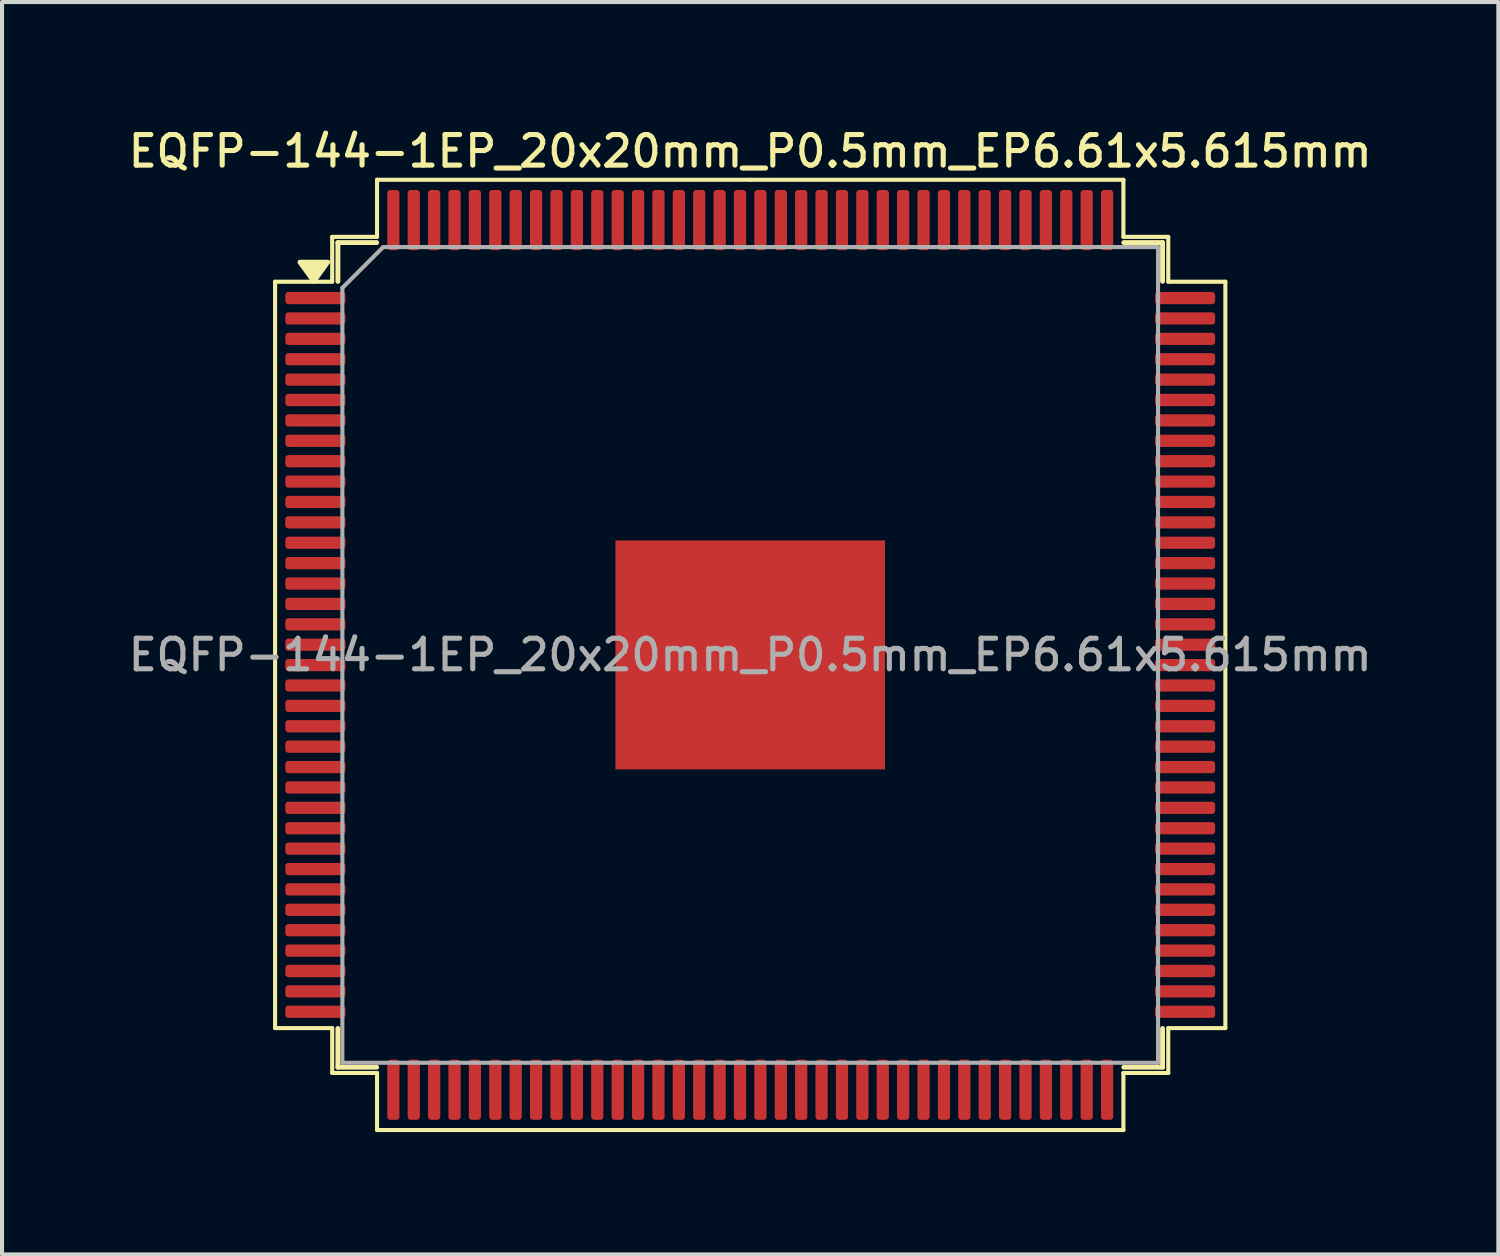
<source format=kicad_pcb>
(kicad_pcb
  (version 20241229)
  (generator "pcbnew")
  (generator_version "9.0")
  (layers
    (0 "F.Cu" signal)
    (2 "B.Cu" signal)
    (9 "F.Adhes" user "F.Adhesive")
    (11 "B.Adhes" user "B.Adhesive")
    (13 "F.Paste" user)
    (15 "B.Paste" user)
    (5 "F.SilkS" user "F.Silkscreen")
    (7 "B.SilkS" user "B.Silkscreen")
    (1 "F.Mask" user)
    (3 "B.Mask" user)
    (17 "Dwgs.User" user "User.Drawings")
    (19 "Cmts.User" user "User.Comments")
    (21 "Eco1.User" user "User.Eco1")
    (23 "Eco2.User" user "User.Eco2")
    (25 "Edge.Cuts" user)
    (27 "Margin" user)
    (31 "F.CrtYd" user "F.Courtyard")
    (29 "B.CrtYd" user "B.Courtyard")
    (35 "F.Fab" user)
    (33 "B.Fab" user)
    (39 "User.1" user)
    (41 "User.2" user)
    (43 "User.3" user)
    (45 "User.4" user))
  (footprint "EQFP-144-1EP_20x20mm_P0.5mm_EP6.61x5.615mm"
    (layer "F.Cu")
    (at 15.345 13.008)
    (property "Reference" "EQFP-144-1EP_20x20mm_P0.5mm_EP6.61x5.615mm" (at 0 -12.35 0) (layer "F.SilkS") (effects (font (size 0.75 0.75) (thickness 0.125))))
    (attr smd)
    (fp_line (start -11.65 -9.15) (end -11.65 0) (stroke (width 0.1) (type solid)) (layer "F.SilkS"))
    (fp_line (start -11.65 9.15) (end -11.65 0) (stroke (width 0.1) (type solid)) (layer "F.SilkS"))
    (fp_line (start -10.25 -10.25) (end -10.25 -9.15) (stroke (width 0.1) (type solid)) (layer "F.SilkS"))
    (fp_line (start -10.25 -9.15) (end -11.65 -9.15) (stroke (width 0.1) (type solid)) (layer "F.SilkS"))
    (fp_line (start -10.25 9.15) (end -11.65 9.15) (stroke (width 0.1) (type solid)) (layer "F.SilkS"))
    (fp_line (start -10.25 10.25) (end -10.25 9.15) (stroke (width 0.1) (type solid)) (layer "F.SilkS"))
    (fp_line (start -10.11 -10.11) (end -10.11 -9.16) (stroke (width 0.12) (type solid)) (layer "F.SilkS"))
    (fp_line (start -10.11 10.11) (end -10.11 9.16) (stroke (width 0.12) (type solid)) (layer "F.SilkS"))
    (fp_line (start -9.16 -10.11) (end -10.11 -10.11) (stroke (width 0.12) (type solid)) (layer "F.SilkS"))
    (fp_line (start -9.16 10.11) (end -10.11 10.11) (stroke (width 0.12) (type solid)) (layer "F.SilkS"))
    (fp_line (start -9.15 -11.65) (end -9.15 -10.25) (stroke (width 0.1) (type solid)) (layer "F.SilkS"))
    (fp_line (start -9.15 -10.25) (end -10.25 -10.25) (stroke (width 0.1) (type solid)) (layer "F.SilkS"))
    (fp_line (start -9.15 10.25) (end -10.25 10.25) (stroke (width 0.1) (type solid)) (layer "F.SilkS"))
    (fp_line (start -9.15 11.65) (end -9.15 10.25) (stroke (width 0.1) (type solid)) (layer "F.SilkS"))
    (fp_line (start 0 -11.65) (end -9.15 -11.65) (stroke (width 0.1) (type solid)) (layer "F.SilkS"))
    (fp_line (start 0 -11.65) (end 9.15 -11.65) (stroke (width 0.1) (type solid)) (layer "F.SilkS"))
    (fp_line (start 0 11.65) (end -9.15 11.65) (stroke (width 0.1) (type solid)) (layer "F.SilkS"))
    (fp_line (start 0 11.65) (end 9.15 11.65) (stroke (width 0.1) (type solid)) (layer "F.SilkS"))
    (fp_line (start 9.15 -11.65) (end 9.15 -10.25) (stroke (width 0.1) (type solid)) (layer "F.SilkS"))
    (fp_line (start 9.15 -10.25) (end 10.25 -10.25) (stroke (width 0.1) (type solid)) (layer "F.SilkS"))
    (fp_line (start 9.15 10.25) (end 10.25 10.25) (stroke (width 0.1) (type solid)) (layer "F.SilkS"))
    (fp_line (start 9.15 11.65) (end 9.15 10.25) (stroke (width 0.1) (type solid)) (layer "F.SilkS"))
    (fp_line (start 9.16 -10.11) (end 10.11 -10.11) (stroke (width 0.12) (type solid)) (layer "F.SilkS"))
    (fp_line (start 9.16 10.11) (end 10.11 10.11) (stroke (width 0.12) (type solid)) (layer "F.SilkS"))
    (fp_line (start 10.11 -10.11) (end 10.11 -9.16) (stroke (width 0.12) (type solid)) (layer "F.SilkS"))
    (fp_line (start 10.11 10.11) (end 10.11 9.16) (stroke (width 0.12) (type solid)) (layer "F.SilkS"))
    (fp_line (start 10.25 -10.25) (end 10.25 -9.15) (stroke (width 0.1) (type solid)) (layer "F.SilkS"))
    (fp_line (start 10.25 -9.15) (end 11.65 -9.15) (stroke (width 0.1) (type solid)) (layer "F.SilkS"))
    (fp_line (start 10.25 9.15) (end 11.65 9.15) (stroke (width 0.1) (type solid)) (layer "F.SilkS"))
    (fp_line (start 10.25 10.25) (end 10.25 9.15) (stroke (width 0.1) (type solid)) (layer "F.SilkS"))
    (fp_line (start 11.65 -9.15) (end 11.65 0) (stroke (width 0.1) (type solid)) (layer "F.SilkS"))
    (fp_line (start 11.65 9.15) (end 11.65 0) (stroke (width 0.1) (type solid)) (layer "F.SilkS"))
    (fp_poly (pts (xy -10.7 -9.16) (xy -11.04 -9.63) (xy -10.36 -9.63) (xy -10.7 -9.16)) (stroke (width 0.12) (type solid)) (fill yes) (layer "F.SilkS"))
    (fp_line (start -10 -9) (end -9 -10) (stroke (width 0.1) (type solid)) (layer "F.Fab"))
    (fp_line (start -10 10) (end -10 -9) (stroke (width 0.1) (type solid)) (layer "F.Fab"))
    (fp_line (start -9 -10) (end 10 -10) (stroke (width 0.1) (type solid)) (layer "F.Fab"))
    (fp_line (start 10 -10) (end 10 10) (stroke (width 0.1) (type solid)) (layer "F.Fab"))
    (fp_line (start 10 10) (end -10 10) (stroke (width 0.1) (type solid)) (layer "F.Fab"))
    (fp_text user "${REFERENCE}" (at 0 0 0) (layer "F.Fab") (effects (font (size 0.75 0.75) (thickness 0.125))))
    (pad "" smd roundrect (at -2.64 -2.1) (size 1.07 1.13) (layers "F.Paste") (roundrect_rratio 0.234))
    (pad "" smd roundrect (at -2.64 -0.7) (size 1.07 1.13) (layers "F.Paste") (roundrect_rratio 0.234))
    (pad "" smd roundrect (at -2.64 0.7) (size 1.07 1.13) (layers "F.Paste") (roundrect_rratio 0.234))
    (pad "" smd roundrect (at -2.64 2.1) (size 1.07 1.13) (layers "F.Paste") (roundrect_rratio 0.234))
    (pad "" smd roundrect (at -1.32 -2.1) (size 1.07 1.13) (layers "F.Paste") (roundrect_rratio 0.234))
    (pad "" smd roundrect (at -1.32 -0.7) (size 1.07 1.13) (layers "F.Paste") (roundrect_rratio 0.234))
    (pad "" smd roundrect (at -1.32 0.7) (size 1.07 1.13) (layers "F.Paste") (roundrect_rratio 0.234))
    (pad "" smd roundrect (at -1.32 2.1) (size 1.07 1.13) (layers "F.Paste") (roundrect_rratio 0.234))
    (pad "" smd roundrect (at 0 -2.1) (size 1.07 1.13) (layers "F.Paste") (roundrect_rratio 0.234))
    (pad "" smd roundrect (at 0 -0.7) (size 1.07 1.13) (layers "F.Paste") (roundrect_rratio 0.234))
    (pad "" smd roundrect (at 0 0.7) (size 1.07 1.13) (layers "F.Paste") (roundrect_rratio 0.234))
    (pad "" smd roundrect (at 0 2.1) (size 1.07 1.13) (layers "F.Paste") (roundrect_rratio 0.234))
    (pad "" smd roundrect (at 1.32 -2.1) (size 1.07 1.13) (layers "F.Paste") (roundrect_rratio 0.234))
    (pad "" smd roundrect (at 1.32 -0.7) (size 1.07 1.13) (layers "F.Paste") (roundrect_rratio 0.234))
    (pad "" smd roundrect (at 1.32 0.7) (size 1.07 1.13) (layers "F.Paste") (roundrect_rratio 0.234))
    (pad "" smd roundrect (at 1.32 2.1) (size 1.07 1.13) (layers "F.Paste") (roundrect_rratio 0.234))
    (pad "" smd roundrect (at 2.64 -2.1) (size 1.07 1.13) (layers "F.Paste") (roundrect_rratio 0.234))
    (pad "" smd roundrect (at 2.64 -0.7) (size 1.07 1.13) (layers "F.Paste") (roundrect_rratio 0.234))
    (pad "" smd roundrect (at 2.64 0.7) (size 1.07 1.13) (layers "F.Paste") (roundrect_rratio 0.234))
    (pad "" smd roundrect (at 2.64 2.1) (size 1.07 1.13) (layers "F.Paste") (roundrect_rratio 0.234))
    (pad "1" smd roundrect (at -10.662 -8.75) (size 1.475 0.3) (layers "F.Cu" "F.Mask" "F.Paste") (roundrect_rratio 0.25))
    (pad "2" smd roundrect (at -10.662 -8.25) (size 1.475 0.3) (layers "F.Cu" "F.Mask" "F.Paste") (roundrect_rratio 0.25))
    (pad "3" smd roundrect (at -10.662 -7.75) (size 1.475 0.3) (layers "F.Cu" "F.Mask" "F.Paste") (roundrect_rratio 0.25))
    (pad "4" smd roundrect (at -10.662 -7.25) (size 1.475 0.3) (layers "F.Cu" "F.Mask" "F.Paste") (roundrect_rratio 0.25))
    (pad "5" smd roundrect (at -10.662 -6.75) (size 1.475 0.3) (layers "F.Cu" "F.Mask" "F.Paste") (roundrect_rratio 0.25))
    (pad "6" smd roundrect (at -10.662 -6.25) (size 1.475 0.3) (layers "F.Cu" "F.Mask" "F.Paste") (roundrect_rratio 0.25))
    (pad "7" smd roundrect (at -10.662 -5.75) (size 1.475 0.3) (layers "F.Cu" "F.Mask" "F.Paste") (roundrect_rratio 0.25))
    (pad "8" smd roundrect (at -10.662 -5.25) (size 1.475 0.3) (layers "F.Cu" "F.Mask" "F.Paste") (roundrect_rratio 0.25))
    (pad "9" smd roundrect (at -10.662 -4.75) (size 1.475 0.3) (layers "F.Cu" "F.Mask" "F.Paste") (roundrect_rratio 0.25))
    (pad "10" smd roundrect (at -10.662 -4.25) (size 1.475 0.3) (layers "F.Cu" "F.Mask" "F.Paste") (roundrect_rratio 0.25))
    (pad "11" smd roundrect (at -10.662 -3.75) (size 1.475 0.3) (layers "F.Cu" "F.Mask" "F.Paste") (roundrect_rratio 0.25))
    (pad "12" smd roundrect (at -10.662 -3.25) (size 1.475 0.3) (layers "F.Cu" "F.Mask" "F.Paste") (roundrect_rratio 0.25))
    (pad "13" smd roundrect (at -10.662 -2.75) (size 1.475 0.3) (layers "F.Cu" "F.Mask" "F.Paste") (roundrect_rratio 0.25))
    (pad "14" smd roundrect (at -10.662 -2.25) (size 1.475 0.3) (layers "F.Cu" "F.Mask" "F.Paste") (roundrect_rratio 0.25))
    (pad "15" smd roundrect (at -10.662 -1.75) (size 1.475 0.3) (layers "F.Cu" "F.Mask" "F.Paste") (roundrect_rratio 0.25))
    (pad "16" smd roundrect (at -10.662 -1.25) (size 1.475 0.3) (layers "F.Cu" "F.Mask" "F.Paste") (roundrect_rratio 0.25))
    (pad "17" smd roundrect (at -10.662 -0.75) (size 1.475 0.3) (layers "F.Cu" "F.Mask" "F.Paste") (roundrect_rratio 0.25))
    (pad "18" smd roundrect (at -10.662 -0.25) (size 1.475 0.3) (layers "F.Cu" "F.Mask" "F.Paste") (roundrect_rratio 0.25))
    (pad "19" smd roundrect (at -10.662 0.25) (size 1.475 0.3) (layers "F.Cu" "F.Mask" "F.Paste") (roundrect_rratio 0.25))
    (pad "20" smd roundrect (at -10.662 0.75) (size 1.475 0.3) (layers "F.Cu" "F.Mask" "F.Paste") (roundrect_rratio 0.25))
    (pad "21" smd roundrect (at -10.662 1.25) (size 1.475 0.3) (layers "F.Cu" "F.Mask" "F.Paste") (roundrect_rratio 0.25))
    (pad "22" smd roundrect (at -10.662 1.75) (size 1.475 0.3) (layers "F.Cu" "F.Mask" "F.Paste") (roundrect_rratio 0.25))
    (pad "23" smd roundrect (at -10.662 2.25) (size 1.475 0.3) (layers "F.Cu" "F.Mask" "F.Paste") (roundrect_rratio 0.25))
    (pad "24" smd roundrect (at -10.662 2.75) (size 1.475 0.3) (layers "F.Cu" "F.Mask" "F.Paste") (roundrect_rratio 0.25))
    (pad "25" smd roundrect (at -10.662 3.25) (size 1.475 0.3) (layers "F.Cu" "F.Mask" "F.Paste") (roundrect_rratio 0.25))
    (pad "26" smd roundrect (at -10.662 3.75) (size 1.475 0.3) (layers "F.Cu" "F.Mask" "F.Paste") (roundrect_rratio 0.25))
    (pad "27" smd roundrect (at -10.662 4.25) (size 1.475 0.3) (layers "F.Cu" "F.Mask" "F.Paste") (roundrect_rratio 0.25))
    (pad "28" smd roundrect (at -10.662 4.75) (size 1.475 0.3) (layers "F.Cu" "F.Mask" "F.Paste") (roundrect_rratio 0.25))
    (pad "29" smd roundrect (at -10.662 5.25) (size 1.475 0.3) (layers "F.Cu" "F.Mask" "F.Paste") (roundrect_rratio 0.25))
    (pad "30" smd roundrect (at -10.662 5.75) (size 1.475 0.3) (layers "F.Cu" "F.Mask" "F.Paste") (roundrect_rratio 0.25))
    (pad "31" smd roundrect (at -10.662 6.25) (size 1.475 0.3) (layers "F.Cu" "F.Mask" "F.Paste") (roundrect_rratio 0.25))
    (pad "32" smd roundrect (at -10.662 6.75) (size 1.475 0.3) (layers "F.Cu" "F.Mask" "F.Paste") (roundrect_rratio 0.25))
    (pad "33" smd roundrect (at -10.662 7.25) (size 1.475 0.3) (layers "F.Cu" "F.Mask" "F.Paste") (roundrect_rratio 0.25))
    (pad "34" smd roundrect (at -10.662 7.75) (size 1.475 0.3) (layers "F.Cu" "F.Mask" "F.Paste") (roundrect_rratio 0.25))
    (pad "35" smd roundrect (at -10.662 8.25) (size 1.475 0.3) (layers "F.Cu" "F.Mask" "F.Paste") (roundrect_rratio 0.25))
    (pad "36" smd roundrect (at -10.662 8.75) (size 1.475 0.3) (layers "F.Cu" "F.Mask" "F.Paste") (roundrect_rratio 0.25))
    (pad "37" smd roundrect (at -8.75 10.662) (size 0.3 1.475) (layers "F.Cu" "F.Mask" "F.Paste") (roundrect_rratio 0.25))
    (pad "38" smd roundrect (at -8.25 10.662) (size 0.3 1.475) (layers "F.Cu" "F.Mask" "F.Paste") (roundrect_rratio 0.25))
    (pad "39" smd roundrect (at -7.75 10.662) (size 0.3 1.475) (layers "F.Cu" "F.Mask" "F.Paste") (roundrect_rratio 0.25))
    (pad "40" smd roundrect (at -7.25 10.662) (size 0.3 1.475) (layers "F.Cu" "F.Mask" "F.Paste") (roundrect_rratio 0.25))
    (pad "41" smd roundrect (at -6.75 10.662) (size 0.3 1.475) (layers "F.Cu" "F.Mask" "F.Paste") (roundrect_rratio 0.25))
    (pad "42" smd roundrect (at -6.25 10.662) (size 0.3 1.475) (layers "F.Cu" "F.Mask" "F.Paste") (roundrect_rratio 0.25))
    (pad "43" smd roundrect (at -5.75 10.662) (size 0.3 1.475) (layers "F.Cu" "F.Mask" "F.Paste") (roundrect_rratio 0.25))
    (pad "44" smd roundrect (at -5.25 10.662) (size 0.3 1.475) (layers "F.Cu" "F.Mask" "F.Paste") (roundrect_rratio 0.25))
    (pad "45" smd roundrect (at -4.75 10.662) (size 0.3 1.475) (layers "F.Cu" "F.Mask" "F.Paste") (roundrect_rratio 0.25))
    (pad "46" smd roundrect (at -4.25 10.662) (size 0.3 1.475) (layers "F.Cu" "F.Mask" "F.Paste") (roundrect_rratio 0.25))
    (pad "47" smd roundrect (at -3.75 10.662) (size 0.3 1.475) (layers "F.Cu" "F.Mask" "F.Paste") (roundrect_rratio 0.25))
    (pad "48" smd roundrect (at -3.25 10.662) (size 0.3 1.475) (layers "F.Cu" "F.Mask" "F.Paste") (roundrect_rratio 0.25))
    (pad "49" smd roundrect (at -2.75 10.662) (size 0.3 1.475) (layers "F.Cu" "F.Mask" "F.Paste") (roundrect_rratio 0.25))
    (pad "50" smd roundrect (at -2.25 10.662) (size 0.3 1.475) (layers "F.Cu" "F.Mask" "F.Paste") (roundrect_rratio 0.25))
    (pad "51" smd roundrect (at -1.75 10.662) (size 0.3 1.475) (layers "F.Cu" "F.Mask" "F.Paste") (roundrect_rratio 0.25))
    (pad "52" smd roundrect (at -1.25 10.662) (size 0.3 1.475) (layers "F.Cu" "F.Mask" "F.Paste") (roundrect_rratio 0.25))
    (pad "53" smd roundrect (at -0.75 10.662) (size 0.3 1.475) (layers "F.Cu" "F.Mask" "F.Paste") (roundrect_rratio 0.25))
    (pad "54" smd roundrect (at -0.25 10.662) (size 0.3 1.475) (layers "F.Cu" "F.Mask" "F.Paste") (roundrect_rratio 0.25))
    (pad "55" smd roundrect (at 0.25 10.662) (size 0.3 1.475) (layers "F.Cu" "F.Mask" "F.Paste") (roundrect_rratio 0.25))
    (pad "56" smd roundrect (at 0.75 10.662) (size 0.3 1.475) (layers "F.Cu" "F.Mask" "F.Paste") (roundrect_rratio 0.25))
    (pad "57" smd roundrect (at 1.25 10.662) (size 0.3 1.475) (layers "F.Cu" "F.Mask" "F.Paste") (roundrect_rratio 0.25))
    (pad "58" smd roundrect (at 1.75 10.662) (size 0.3 1.475) (layers "F.Cu" "F.Mask" "F.Paste") (roundrect_rratio 0.25))
    (pad "59" smd roundrect (at 2.25 10.662) (size 0.3 1.475) (layers "F.Cu" "F.Mask" "F.Paste") (roundrect_rratio 0.25))
    (pad "60" smd roundrect (at 2.75 10.662) (size 0.3 1.475) (layers "F.Cu" "F.Mask" "F.Paste") (roundrect_rratio 0.25))
    (pad "61" smd roundrect (at 3.25 10.662) (size 0.3 1.475) (layers "F.Cu" "F.Mask" "F.Paste") (roundrect_rratio 0.25))
    (pad "62" smd roundrect (at 3.75 10.662) (size 0.3 1.475) (layers "F.Cu" "F.Mask" "F.Paste") (roundrect_rratio 0.25))
    (pad "63" smd roundrect (at 4.25 10.662) (size 0.3 1.475) (layers "F.Cu" "F.Mask" "F.Paste") (roundrect_rratio 0.25))
    (pad "64" smd roundrect (at 4.75 10.662) (size 0.3 1.475) (layers "F.Cu" "F.Mask" "F.Paste") (roundrect_rratio 0.25))
    (pad "65" smd roundrect (at 5.25 10.662) (size 0.3 1.475) (layers "F.Cu" "F.Mask" "F.Paste") (roundrect_rratio 0.25))
    (pad "66" smd roundrect (at 5.75 10.662) (size 0.3 1.475) (layers "F.Cu" "F.Mask" "F.Paste") (roundrect_rratio 0.25))
    (pad "67" smd roundrect (at 6.25 10.662) (size 0.3 1.475) (layers "F.Cu" "F.Mask" "F.Paste") (roundrect_rratio 0.25))
    (pad "68" smd roundrect (at 6.75 10.662) (size 0.3 1.475) (layers "F.Cu" "F.Mask" "F.Paste") (roundrect_rratio 0.25))
    (pad "69" smd roundrect (at 7.25 10.662) (size 0.3 1.475) (layers "F.Cu" "F.Mask" "F.Paste") (roundrect_rratio 0.25))
    (pad "70" smd roundrect (at 7.75 10.662) (size 0.3 1.475) (layers "F.Cu" "F.Mask" "F.Paste") (roundrect_rratio 0.25))
    (pad "71" smd roundrect (at 8.25 10.662) (size 0.3 1.475) (layers "F.Cu" "F.Mask" "F.Paste") (roundrect_rratio 0.25))
    (pad "72" smd roundrect (at 8.75 10.662) (size 0.3 1.475) (layers "F.Cu" "F.Mask" "F.Paste") (roundrect_rratio 0.25))
    (pad "73" smd roundrect (at 10.662 8.75) (size 1.475 0.3) (layers "F.Cu" "F.Mask" "F.Paste") (roundrect_rratio 0.25))
    (pad "74" smd roundrect (at 10.662 8.25) (size 1.475 0.3) (layers "F.Cu" "F.Mask" "F.Paste") (roundrect_rratio 0.25))
    (pad "75" smd roundrect (at 10.662 7.75) (size 1.475 0.3) (layers "F.Cu" "F.Mask" "F.Paste") (roundrect_rratio 0.25))
    (pad "76" smd roundrect (at 10.662 7.25) (size 1.475 0.3) (layers "F.Cu" "F.Mask" "F.Paste") (roundrect_rratio 0.25))
    (pad "77" smd roundrect (at 10.662 6.75) (size 1.475 0.3) (layers "F.Cu" "F.Mask" "F.Paste") (roundrect_rratio 0.25))
    (pad "78" smd roundrect (at 10.662 6.25) (size 1.475 0.3) (layers "F.Cu" "F.Mask" "F.Paste") (roundrect_rratio 0.25))
    (pad "79" smd roundrect (at 10.662 5.75) (size 1.475 0.3) (layers "F.Cu" "F.Mask" "F.Paste") (roundrect_rratio 0.25))
    (pad "80" smd roundrect (at 10.662 5.25) (size 1.475 0.3) (layers "F.Cu" "F.Mask" "F.Paste") (roundrect_rratio 0.25))
    (pad "81" smd roundrect (at 10.662 4.75) (size 1.475 0.3) (layers "F.Cu" "F.Mask" "F.Paste") (roundrect_rratio 0.25))
    (pad "82" smd roundrect (at 10.662 4.25) (size 1.475 0.3) (layers "F.Cu" "F.Mask" "F.Paste") (roundrect_rratio 0.25))
    (pad "83" smd roundrect (at 10.662 3.75) (size 1.475 0.3) (layers "F.Cu" "F.Mask" "F.Paste") (roundrect_rratio 0.25))
    (pad "84" smd roundrect (at 10.662 3.25) (size 1.475 0.3) (layers "F.Cu" "F.Mask" "F.Paste") (roundrect_rratio 0.25))
    (pad "85" smd roundrect (at 10.662 2.75) (size 1.475 0.3) (layers "F.Cu" "F.Mask" "F.Paste") (roundrect_rratio 0.25))
    (pad "86" smd roundrect (at 10.662 2.25) (size 1.475 0.3) (layers "F.Cu" "F.Mask" "F.Paste") (roundrect_rratio 0.25))
    (pad "87" smd roundrect (at 10.662 1.75) (size 1.475 0.3) (layers "F.Cu" "F.Mask" "F.Paste") (roundrect_rratio 0.25))
    (pad "88" smd roundrect (at 10.662 1.25) (size 1.475 0.3) (layers "F.Cu" "F.Mask" "F.Paste") (roundrect_rratio 0.25))
    (pad "89" smd roundrect (at 10.662 0.75) (size 1.475 0.3) (layers "F.Cu" "F.Mask" "F.Paste") (roundrect_rratio 0.25))
    (pad "90" smd roundrect (at 10.662 0.25) (size 1.475 0.3) (layers "F.Cu" "F.Mask" "F.Paste") (roundrect_rratio 0.25))
    (pad "91" smd roundrect (at 10.662 -0.25) (size 1.475 0.3) (layers "F.Cu" "F.Mask" "F.Paste") (roundrect_rratio 0.25))
    (pad "92" smd roundrect (at 10.662 -0.75) (size 1.475 0.3) (layers "F.Cu" "F.Mask" "F.Paste") (roundrect_rratio 0.25))
    (pad "93" smd roundrect (at 10.662 -1.25) (size 1.475 0.3) (layers "F.Cu" "F.Mask" "F.Paste") (roundrect_rratio 0.25))
    (pad "94" smd roundrect (at 10.662 -1.75) (size 1.475 0.3) (layers "F.Cu" "F.Mask" "F.Paste") (roundrect_rratio 0.25))
    (pad "95" smd roundrect (at 10.662 -2.25) (size 1.475 0.3) (layers "F.Cu" "F.Mask" "F.Paste") (roundrect_rratio 0.25))
    (pad "96" smd roundrect (at 10.662 -2.75) (size 1.475 0.3) (layers "F.Cu" "F.Mask" "F.Paste") (roundrect_rratio 0.25))
    (pad "97" smd roundrect (at 10.662 -3.25) (size 1.475 0.3) (layers "F.Cu" "F.Mask" "F.Paste") (roundrect_rratio 0.25))
    (pad "98" smd roundrect (at 10.662 -3.75) (size 1.475 0.3) (layers "F.Cu" "F.Mask" "F.Paste") (roundrect_rratio 0.25))
    (pad "99" smd roundrect (at 10.662 -4.25) (size 1.475 0.3) (layers "F.Cu" "F.Mask" "F.Paste") (roundrect_rratio 0.25))
    (pad "100" smd roundrect (at 10.662 -4.75) (size 1.475 0.3) (layers "F.Cu" "F.Mask" "F.Paste") (roundrect_rratio 0.25))
    (pad "101" smd roundrect (at 10.662 -5.25) (size 1.475 0.3) (layers "F.Cu" "F.Mask" "F.Paste") (roundrect_rratio 0.25))
    (pad "102" smd roundrect (at 10.662 -5.75) (size 1.475 0.3) (layers "F.Cu" "F.Mask" "F.Paste") (roundrect_rratio 0.25))
    (pad "103" smd roundrect (at 10.662 -6.25) (size 1.475 0.3) (layers "F.Cu" "F.Mask" "F.Paste") (roundrect_rratio 0.25))
    (pad "104" smd roundrect (at 10.662 -6.75) (size 1.475 0.3) (layers "F.Cu" "F.Mask" "F.Paste") (roundrect_rratio 0.25))
    (pad "105" smd roundrect (at 10.662 -7.25) (size 1.475 0.3) (layers "F.Cu" "F.Mask" "F.Paste") (roundrect_rratio 0.25))
    (pad "106" smd roundrect (at 10.662 -7.75) (size 1.475 0.3) (layers "F.Cu" "F.Mask" "F.Paste") (roundrect_rratio 0.25))
    (pad "107" smd roundrect (at 10.662 -8.25) (size 1.475 0.3) (layers "F.Cu" "F.Mask" "F.Paste") (roundrect_rratio 0.25))
    (pad "108" smd roundrect (at 10.662 -8.75) (size 1.475 0.3) (layers "F.Cu" "F.Mask" "F.Paste") (roundrect_rratio 0.25))
    (pad "109" smd roundrect (at 8.75 -10.662) (size 0.3 1.475) (layers "F.Cu" "F.Mask" "F.Paste") (roundrect_rratio 0.25))
    (pad "110" smd roundrect (at 8.25 -10.662) (size 0.3 1.475) (layers "F.Cu" "F.Mask" "F.Paste") (roundrect_rratio 0.25))
    (pad "111" smd roundrect (at 7.75 -10.662) (size 0.3 1.475) (layers "F.Cu" "F.Mask" "F.Paste") (roundrect_rratio 0.25))
    (pad "112" smd roundrect (at 7.25 -10.662) (size 0.3 1.475) (layers "F.Cu" "F.Mask" "F.Paste") (roundrect_rratio 0.25))
    (pad "113" smd roundrect (at 6.75 -10.662) (size 0.3 1.475) (layers "F.Cu" "F.Mask" "F.Paste") (roundrect_rratio 0.25))
    (pad "114" smd roundrect (at 6.25 -10.662) (size 0.3 1.475) (layers "F.Cu" "F.Mask" "F.Paste") (roundrect_rratio 0.25))
    (pad "115" smd roundrect (at 5.75 -10.662) (size 0.3 1.475) (layers "F.Cu" "F.Mask" "F.Paste") (roundrect_rratio 0.25))
    (pad "116" smd roundrect (at 5.25 -10.662) (size 0.3 1.475) (layers "F.Cu" "F.Mask" "F.Paste") (roundrect_rratio 0.25))
    (pad "117" smd roundrect (at 4.75 -10.662) (size 0.3 1.475) (layers "F.Cu" "F.Mask" "F.Paste") (roundrect_rratio 0.25))
    (pad "118" smd roundrect (at 4.25 -10.662) (size 0.3 1.475) (layers "F.Cu" "F.Mask" "F.Paste") (roundrect_rratio 0.25))
    (pad "119" smd roundrect (at 3.75 -10.662) (size 0.3 1.475) (layers "F.Cu" "F.Mask" "F.Paste") (roundrect_rratio 0.25))
    (pad "120" smd roundrect (at 3.25 -10.662) (size 0.3 1.475) (layers "F.Cu" "F.Mask" "F.Paste") (roundrect_rratio 0.25))
    (pad "121" smd roundrect (at 2.75 -10.662) (size 0.3 1.475) (layers "F.Cu" "F.Mask" "F.Paste") (roundrect_rratio 0.25))
    (pad "122" smd roundrect (at 2.25 -10.662) (size 0.3 1.475) (layers "F.Cu" "F.Mask" "F.Paste") (roundrect_rratio 0.25))
    (pad "123" smd roundrect (at 1.75 -10.662) (size 0.3 1.475) (layers "F.Cu" "F.Mask" "F.Paste") (roundrect_rratio 0.25))
    (pad "124" smd roundrect (at 1.25 -10.662) (size 0.3 1.475) (layers "F.Cu" "F.Mask" "F.Paste") (roundrect_rratio 0.25))
    (pad "125" smd roundrect (at 0.75 -10.662) (size 0.3 1.475) (layers "F.Cu" "F.Mask" "F.Paste") (roundrect_rratio 0.25))
    (pad "126" smd roundrect (at 0.25 -10.662) (size 0.3 1.475) (layers "F.Cu" "F.Mask" "F.Paste") (roundrect_rratio 0.25))
    (pad "127" smd roundrect (at -0.25 -10.662) (size 0.3 1.475) (layers "F.Cu" "F.Mask" "F.Paste") (roundrect_rratio 0.25))
    (pad "128" smd roundrect (at -0.75 -10.662) (size 0.3 1.475) (layers "F.Cu" "F.Mask" "F.Paste") (roundrect_rratio 0.25))
    (pad "129" smd roundrect (at -1.25 -10.662) (size 0.3 1.475) (layers "F.Cu" "F.Mask" "F.Paste") (roundrect_rratio 0.25))
    (pad "130" smd roundrect (at -1.75 -10.662) (size 0.3 1.475) (layers "F.Cu" "F.Mask" "F.Paste") (roundrect_rratio 0.25))
    (pad "131" smd roundrect (at -2.25 -10.662) (size 0.3 1.475) (layers "F.Cu" "F.Mask" "F.Paste") (roundrect_rratio 0.25))
    (pad "132" smd roundrect (at -2.75 -10.662) (size 0.3 1.475) (layers "F.Cu" "F.Mask" "F.Paste") (roundrect_rratio 0.25))
    (pad "133" smd roundrect (at -3.25 -10.662) (size 0.3 1.475) (layers "F.Cu" "F.Mask" "F.Paste") (roundrect_rratio 0.25))
    (pad "134" smd roundrect (at -3.75 -10.662) (size 0.3 1.475) (layers "F.Cu" "F.Mask" "F.Paste") (roundrect_rratio 0.25))
    (pad "135" smd roundrect (at -4.25 -10.662) (size 0.3 1.475) (layers "F.Cu" "F.Mask" "F.Paste") (roundrect_rratio 0.25))
    (pad "136" smd roundrect (at -4.75 -10.662) (size 0.3 1.475) (layers "F.Cu" "F.Mask" "F.Paste") (roundrect_rratio 0.25))
    (pad "137" smd roundrect (at -5.25 -10.662) (size 0.3 1.475) (layers "F.Cu" "F.Mask" "F.Paste") (roundrect_rratio 0.25))
    (pad "138" smd roundrect (at -5.75 -10.662) (size 0.3 1.475) (layers "F.Cu" "F.Mask" "F.Paste") (roundrect_rratio 0.25))
    (pad "139" smd roundrect (at -6.25 -10.662) (size 0.3 1.475) (layers "F.Cu" "F.Mask" "F.Paste") (roundrect_rratio 0.25))
    (pad "140" smd roundrect (at -6.75 -10.662) (size 0.3 1.475) (layers "F.Cu" "F.Mask" "F.Paste") (roundrect_rratio 0.25))
    (pad "141" smd roundrect (at -7.25 -10.662) (size 0.3 1.475) (layers "F.Cu" "F.Mask" "F.Paste") (roundrect_rratio 0.25))
    (pad "142" smd roundrect (at -7.75 -10.662) (size 0.3 1.475) (layers "F.Cu" "F.Mask" "F.Paste") (roundrect_rratio 0.25))
    (pad "143" smd roundrect (at -8.25 -10.662) (size 0.3 1.475) (layers "F.Cu" "F.Mask" "F.Paste") (roundrect_rratio 0.25))
    (pad "144" smd roundrect (at -8.75 -10.662) (size 0.3 1.475) (layers "F.Cu" "F.Mask" "F.Paste") (roundrect_rratio 0.25))
    (pad "145" smd rect (at 0 0) (size 6.61 5.615) (property pad_prop_heatsink) (layers "F.Cu" "F.Mask")))
  (gr_rect
    (start -3 -3)
    (end 33.689 27.708)
    (stroke (width 0.1) (type default))
    (fill no)
    (layer "Edge.Cuts")))
</source>
